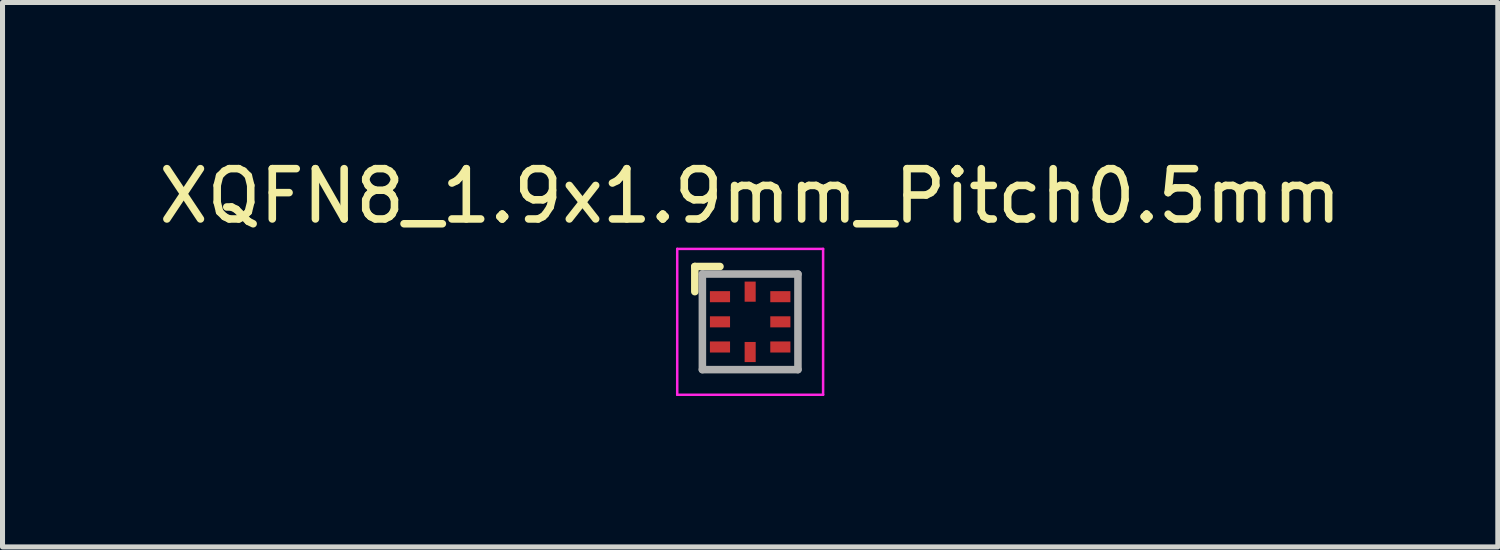
<source format=kicad_pcb>
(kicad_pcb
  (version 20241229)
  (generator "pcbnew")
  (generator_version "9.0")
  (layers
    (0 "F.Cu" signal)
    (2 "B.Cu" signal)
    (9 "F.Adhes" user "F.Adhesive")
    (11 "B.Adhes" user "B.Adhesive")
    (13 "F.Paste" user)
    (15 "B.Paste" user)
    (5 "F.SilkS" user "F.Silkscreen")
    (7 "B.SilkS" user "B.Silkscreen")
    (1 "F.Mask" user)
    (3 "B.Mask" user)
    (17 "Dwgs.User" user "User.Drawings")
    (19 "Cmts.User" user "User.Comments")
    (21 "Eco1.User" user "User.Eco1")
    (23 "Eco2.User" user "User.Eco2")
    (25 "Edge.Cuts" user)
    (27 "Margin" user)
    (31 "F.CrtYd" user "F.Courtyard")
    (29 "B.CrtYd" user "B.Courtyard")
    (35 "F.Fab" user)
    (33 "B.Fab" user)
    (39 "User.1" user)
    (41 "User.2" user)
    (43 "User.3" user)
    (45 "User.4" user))
  (footprint "XQFN8_1.9x1.9mm_Pitch0.5mm"
    (layer "F.Cu")
    (at 11.863 3.348)
    (property "Reference" "XQFN8_1.9x1.9mm_Pitch0.5mm" (at 0 -2.5 0) (layer "F.SilkS") (effects (font (size 1 1) (thickness 0.15))))
    (attr smd)
    (fp_line (start -1.1 -1.1) (end -1.1 -0.6) (stroke (width 0.15) (type solid)) (layer "F.SilkS"))
    (fp_line (start -1.1 -1.1) (end -0.6 -1.1) (stroke (width 0.15) (type solid)) (layer "F.SilkS"))
    (fp_line (start -1.45 -1.45) (end -1.45 1.45) (stroke (width 0.05) (type solid)) (layer "F.CrtYd"))
    (fp_line (start -1.45 -1.45) (end 1.45 -1.45) (stroke (width 0.05) (type solid)) (layer "F.CrtYd"))
    (fp_line (start -1.45 1.45) (end 1.45 1.45) (stroke (width 0.05) (type solid)) (layer "F.CrtYd"))
    (fp_line (start 1.45 -1.45) (end 1.45 1.45) (stroke (width 0.05) (type solid)) (layer "F.CrtYd"))
    (fp_line (start -0.95 -0.95) (end -0.95 0.95) (stroke (width 0.15) (type solid)) (layer "F.Fab"))
    (fp_line (start -0.95 -0.95) (end 0.95 -0.95) (stroke (width 0.15) (type solid)) (layer "F.Fab"))
    (fp_line (start -0.95 0.95) (end 0.95 0.95) (stroke (width 0.15) (type solid)) (layer "F.Fab"))
    (fp_line (start 0.95 -0.95) (end 0.95 0.95) (stroke (width 0.15) (type solid)) (layer "F.Fab"))
    (pad "1" smd rect (at -0.6 -0.5) (size 0.4 0.22) (layers "F.Cu" "F.Mask" "F.Paste"))
    (pad "2" smd rect (at -0.6 0) (size 0.4 0.22) (layers "F.Cu" "F.Mask" "F.Paste"))
    (pad "3" smd rect (at -0.6 0.5) (size 0.4 0.22) (layers "F.Cu" "F.Mask" "F.Paste"))
    (pad "4" smd rect (at 0 0.6) (size 0.22 0.4) (layers "F.Cu" "F.Mask" "F.Paste"))
    (pad "5" smd rect (at 0.6 0.5) (size 0.4 0.22) (layers "F.Cu" "F.Mask" "F.Paste"))
    (pad "6" smd rect (at 0.6 0) (size 0.4 0.22) (layers "F.Cu" "F.Mask" "F.Paste"))
    (pad "7" smd rect (at 0.6 -0.5) (size 0.4 0.22) (layers "F.Cu" "F.Mask" "F.Paste"))
    (pad "8" smd rect (at 0 -0.6) (size 0.22 0.4) (layers "F.Cu" "F.Mask" "F.Paste")))
  (gr_rect
    (start -3 -3)
    (end 26.726 7.823)
    (stroke (width 0.1) (type default))
    (fill no)
    (layer "Edge.Cuts")))
</source>
